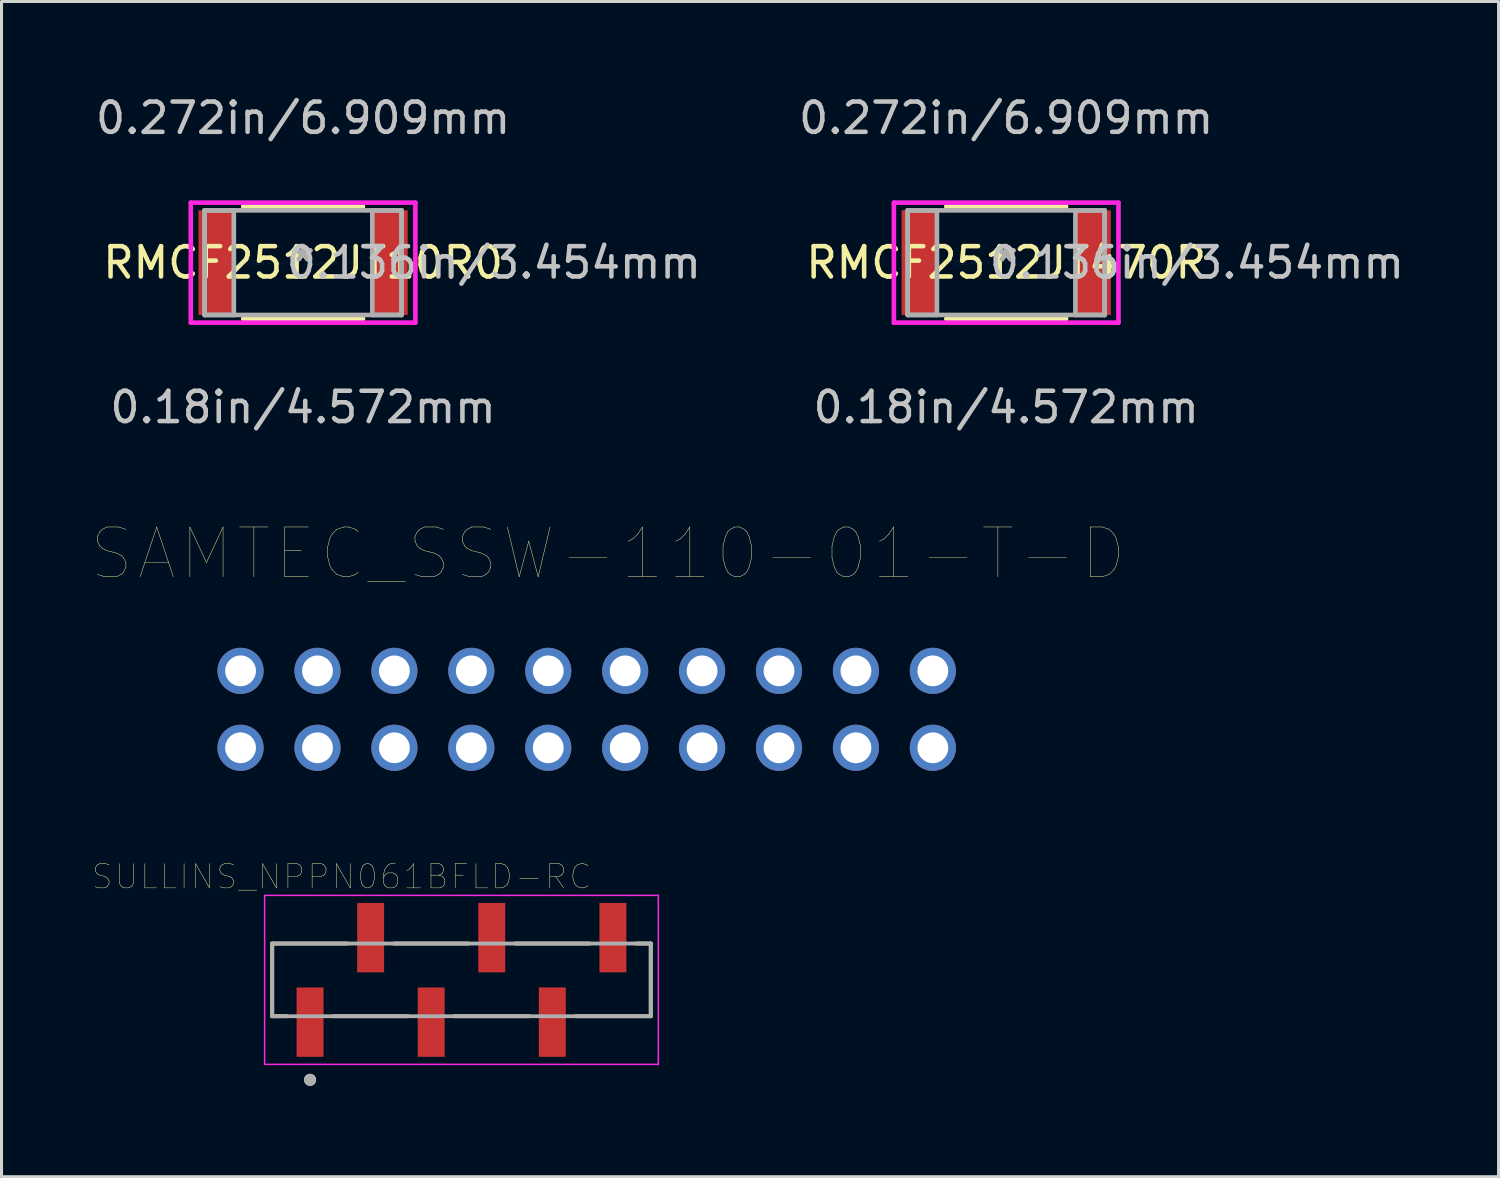
<source format=kicad_pcb>
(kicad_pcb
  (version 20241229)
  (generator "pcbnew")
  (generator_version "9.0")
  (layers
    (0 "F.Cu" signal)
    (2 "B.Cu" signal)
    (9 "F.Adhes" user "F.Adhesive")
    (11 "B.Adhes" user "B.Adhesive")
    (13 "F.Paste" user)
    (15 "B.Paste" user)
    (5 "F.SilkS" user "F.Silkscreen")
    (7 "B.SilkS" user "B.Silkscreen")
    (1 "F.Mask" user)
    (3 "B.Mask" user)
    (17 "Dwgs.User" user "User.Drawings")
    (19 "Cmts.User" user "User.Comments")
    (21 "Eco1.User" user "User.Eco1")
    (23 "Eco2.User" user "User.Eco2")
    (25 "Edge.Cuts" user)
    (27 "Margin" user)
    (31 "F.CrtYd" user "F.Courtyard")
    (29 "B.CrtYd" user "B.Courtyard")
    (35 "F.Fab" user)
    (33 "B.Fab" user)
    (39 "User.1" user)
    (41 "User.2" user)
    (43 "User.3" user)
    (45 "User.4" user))
  (footprint "SAMTEC_SSW-110-01-T-D"
    (layer "F.Cu")
    (at 4.893 19.102)
    (property "Reference" "SAMTEC_SSW-110-01-T-D" (at 12.136 -3.867 0) (layer "F.SilkS") (effects (font (size 1.643 1.643) (thickness 0.015))))
    (attr through_hole)
    (pad "1" thru_hole circle (at 22.86 2.54) (size 1.524 1.524) (drill 1.016) (layers "*.Cu" "*.Mask"))
    (pad "2" thru_hole circle (at 22.86 0) (size 1.524 1.524) (drill 1.016) (layers "*.Cu" "*.Mask"))
    (pad "3" thru_hole circle (at 20.32 2.54) (size 1.524 1.524) (drill 1.016) (layers "*.Cu" "*.Mask"))
    (pad "4" thru_hole circle (at 20.32 0) (size 1.524 1.524) (drill 1.016) (layers "*.Cu" "*.Mask"))
    (pad "5" thru_hole circle (at 17.78 2.54) (size 1.524 1.524) (drill 1.016) (layers "*.Cu" "*.Mask"))
    (pad "6" thru_hole circle (at 17.78 0) (size 1.524 1.524) (drill 1.016) (layers "*.Cu" "*.Mask"))
    (pad "7" thru_hole circle (at 15.24 2.54) (size 1.524 1.524) (drill 1.016) (layers "*.Cu" "*.Mask"))
    (pad "8" thru_hole circle (at 15.24 0) (size 1.524 1.524) (drill 1.016) (layers "*.Cu" "*.Mask"))
    (pad "9" thru_hole circle (at 12.7 2.54) (size 1.524 1.524) (drill 1.016) (layers "*.Cu" "*.Mask"))
    (pad "10" thru_hole circle (at 12.7 0) (size 1.524 1.524) (drill 1.016) (layers "*.Cu" "*.Mask"))
    (pad "11" thru_hole circle (at 10.16 2.54) (size 1.524 1.524) (drill 1.016) (layers "*.Cu" "*.Mask"))
    (pad "12" thru_hole circle (at 10.16 0) (size 1.524 1.524) (drill 1.016) (layers "*.Cu" "*.Mask"))
    (pad "13" thru_hole circle (at 7.62 2.54) (size 1.524 1.524) (drill 1.016) (layers "*.Cu" "*.Mask"))
    (pad "14" thru_hole circle (at 7.62 0) (size 1.524 1.524) (drill 1.016) (layers "*.Cu" "*.Mask"))
    (pad "15" thru_hole circle (at 5.08 2.54) (size 1.524 1.524) (drill 1.016) (layers "*.Cu" "*.Mask"))
    (pad "16" thru_hole circle (at 5.08 0) (size 1.524 1.524) (drill 1.016) (layers "*.Cu" "*.Mask"))
    (pad "17" thru_hole circle (at 2.54 2.54) (size 1.524 1.524) (drill 1.016) (layers "*.Cu" "*.Mask"))
    (pad "18" thru_hole circle (at 2.54 0) (size 1.524 1.524) (drill 1.016) (layers "*.Cu" "*.Mask"))
    (pad "19" thru_hole circle (at 0 2.54) (size 1.524 1.524) (drill 1.016) (layers "*.Cu" "*.Mask"))
    (pad "20" thru_hole circle (at 0 0) (size 1.524 1.524) (drill 1.016) (layers "*.Cu" "*.Mask")))
  (footprint "SULLINS_NPPN061BFLD-RC"
    (layer "F.Cu")
    (at 12.188 29.306)
    (property "Reference" "SULLINS_NPPN061BFLD-RC" (at -3.96 -3.408 0) (layer "F.SilkS") (effects (font (size 0.8 0.8) (thickness 0.015))))
    (attr through_hole)
    (fp_line (start -6.25 -1.2) (end -3.77 -1.2) (stroke (width 0.127) (type solid)) (layer "F.SilkS"))
    (fp_line (start -6.25 1.2) (end -6.25 -1.2) (stroke (width 0.127) (type solid)) (layer "F.SilkS"))
    (fp_line (start -5.77 1.2) (end -6.25 1.2) (stroke (width 0.127) (type solid)) (layer "F.SilkS"))
    (fp_line (start -4.23 1.2) (end -1.77 1.2) (stroke (width 0.127) (type solid)) (layer "F.SilkS"))
    (fp_line (start -2.23 -1.2) (end 0.23 -1.2) (stroke (width 0.127) (type solid)) (layer "F.SilkS"))
    (fp_line (start -0.23 1.2) (end 2.23 1.2) (stroke (width 0.127) (type solid)) (layer "F.SilkS"))
    (fp_line (start 1.77 -1.2) (end 4.23 -1.2) (stroke (width 0.127) (type solid)) (layer "F.SilkS"))
    (fp_line (start 5.77 -1.2) (end 6.25 -1.2) (stroke (width 0.127) (type solid)) (layer "F.SilkS"))
    (fp_line (start 6.25 -1.2) (end 6.25 1.2) (stroke (width 0.127) (type solid)) (layer "F.SilkS"))
    (fp_line (start 6.25 1.2) (end 3.77 1.2) (stroke (width 0.127) (type solid)) (layer "F.SilkS"))
    (fp_circle (center -5 3.3) (end -4.9 3.3) (stroke (width 0.2) (type solid)) (fill no) (layer "F.SilkS"))
    (fp_line (start -6.5 -2.79) (end 6.5 -2.79) (stroke (width 0.05) (type solid)) (layer "F.CrtYd"))
    (fp_line (start -6.5 2.79) (end -6.5 -2.79) (stroke (width 0.05) (type solid)) (layer "F.CrtYd"))
    (fp_line (start 6.5 -2.79) (end 6.5 2.79) (stroke (width 0.05) (type solid)) (layer "F.CrtYd"))
    (fp_line (start 6.5 2.79) (end -6.5 2.79) (stroke (width 0.05) (type solid)) (layer "F.CrtYd"))
    (fp_line (start -6.25 -1.2) (end 6.25 -1.2) (stroke (width 0.127) (type solid)) (layer "F.Fab"))
    (fp_line (start -6.25 1.2) (end -6.25 -1.2) (stroke (width 0.127) (type solid)) (layer "F.Fab"))
    (fp_line (start 6.25 -1.2) (end 6.25 1.2) (stroke (width 0.127) (type solid)) (layer "F.Fab"))
    (fp_line (start 6.25 1.2) (end -6.25 1.2) (stroke (width 0.127) (type solid)) (layer "F.Fab"))
    (fp_circle (center -5 3.3) (end -4.9 3.3) (stroke (width 0.2) (type solid)) (fill no) (layer "F.Fab"))
    (pad "1" smd rect (at -5 1.395) (size 0.89 2.29) (layers "F.Cu" "F.Mask" "F.Paste"))
    (pad "2" smd rect (at -3 -1.395) (size 0.89 2.29) (layers "F.Cu" "F.Mask" "F.Paste"))
    (pad "3" smd rect (at -1 1.395) (size 0.89 2.29) (layers "F.Cu" "F.Mask" "F.Paste"))
    (pad "4" smd rect (at 1 -1.395) (size 0.89 2.29) (layers "F.Cu" "F.Mask" "F.Paste"))
    (pad "5" smd rect (at 3 1.395) (size 0.89 2.29) (layers "F.Cu" "F.Mask" "F.Paste"))
    (pad "6" smd rect (at 5 -1.395) (size 0.89 2.29) (layers "F.Cu" "F.Mask" "F.Paste")))
  (footprint "RMCF2512JT10R0"
    (layer "F.Cu")
    (at 6.958 5.623)
    (property "Reference" "RMCF2512JT10R0" (at 0 0 0) (layer "F.SilkS") (effects (font (size 1 1) (thickness 0.15))))
    (attr through_hole)
    (fp_line (start -1.978 1.854) (end 1.978 1.854) (stroke (width 0.152) (type solid)) (layer "F.SilkS"))
    (fp_line (start 1.978 -1.854) (end -1.978 -1.854) (stroke (width 0.152) (type solid)) (layer "F.SilkS"))
    (fp_line (start -3.708 -1.981) (end 3.708 -1.981) (stroke (width 0.152) (type solid)) (layer "F.CrtYd"))
    (fp_line (start -3.708 1.981) (end -3.708 -1.981) (stroke (width 0.152) (type solid)) (layer "F.CrtYd"))
    (fp_line (start 3.708 -1.981) (end 3.708 1.981) (stroke (width 0.152) (type solid)) (layer "F.CrtYd"))
    (fp_line (start 3.708 1.981) (end -3.708 1.981) (stroke (width 0.152) (type solid)) (layer "F.CrtYd"))
    (fp_line (start -3.251 -1.727) (end -3.251 1.727) (stroke (width 0.152) (type solid)) (layer "F.Fab"))
    (fp_line (start -3.251 -1.727) (end -3.251 1.727) (stroke (width 0.152) (type solid)) (layer "F.Fab"))
    (fp_line (start -3.251 1.727) (end -2.286 1.727) (stroke (width 0.152) (type solid)) (layer "F.Fab"))
    (fp_line (start -3.251 1.727) (end 3.251 1.727) (stroke (width 0.152) (type solid)) (layer "F.Fab"))
    (fp_line (start -2.286 -1.727) (end -3.251 -1.727) (stroke (width 0.152) (type solid)) (layer "F.Fab"))
    (fp_line (start -2.286 1.727) (end -2.286 -1.727) (stroke (width 0.152) (type solid)) (layer "F.Fab"))
    (fp_line (start 2.286 -1.727) (end 2.286 1.727) (stroke (width 0.152) (type solid)) (layer "F.Fab"))
    (fp_line (start 2.286 1.727) (end 3.251 1.727) (stroke (width 0.152) (type solid)) (layer "F.Fab"))
    (fp_line (start 3.251 -1.727) (end -3.251 -1.727) (stroke (width 0.152) (type solid)) (layer "F.Fab"))
    (fp_line (start 3.251 -1.727) (end 2.286 -1.727) (stroke (width 0.152) (type solid)) (layer "F.Fab"))
    (fp_line (start 3.251 1.727) (end 3.251 -1.727) (stroke (width 0.152) (type solid)) (layer "F.Fab"))
    (fp_line (start 3.251 1.727) (end 3.251 -1.727) (stroke (width 0.152) (type solid)) (layer "F.Fab"))
    (fp_text user "*" (at 0 0 0) (layer "F.SilkS") (effects (font (size 1 1) (thickness 0.15))))
    (fp_text user "0.18in/4.572mm" (at 0 4.775 0) (layer "Dwgs.User") (effects (font (size 1 1) (thickness 0.15))))
    (fp_text user "0.136in/3.454mm" (at 6.299 0 0) (layer "Dwgs.User") (effects (font (size 1 1) (thickness 0.15))))
    (fp_text user "0.272in/6.909mm" (at 0 -4.775 0) (layer "Dwgs.User") (effects (font (size 1 1) (thickness 0.15))))
    (fp_text user "Copyright 2016 Accelerated Designs. All rights reserved." (at 0 0 0) (layer "Cmts.User") (effects (font (size 0.127 0.127) (thickness 0.002))))
    (fp_text user "*" (at 0 0 0) (layer "F.Fab") (effects (font (size 1 1) (thickness 0.15))))
    (pad "1" smd rect (at -2.87 0) (size 1.168 3.454) (layers "F.Cu" "F.Mask" "F.Paste"))
    (pad "2" smd rect (at 2.87 0) (size 1.168 3.454) (layers "F.Cu" "F.Mask" "F.Paste")))
  (footprint "RMCF2512JT470R"
    (layer "F.Cu")
    (at 30.174 5.623)
    (property "Reference" "RMCF2512JT470R" (at 0 0 0) (layer "F.SilkS") (effects (font (size 1 1) (thickness 0.15))))
    (attr through_hole)
    (fp_line (start -1.978 1.854) (end 1.978 1.854) (stroke (width 0.152) (type solid)) (layer "F.SilkS"))
    (fp_line (start 1.978 -1.854) (end -1.978 -1.854) (stroke (width 0.152) (type solid)) (layer "F.SilkS"))
    (fp_line (start -3.708 -1.981) (end 3.708 -1.981) (stroke (width 0.152) (type solid)) (layer "F.CrtYd"))
    (fp_line (start -3.708 1.981) (end -3.708 -1.981) (stroke (width 0.152) (type solid)) (layer "F.CrtYd"))
    (fp_line (start 3.708 -1.981) (end 3.708 1.981) (stroke (width 0.152) (type solid)) (layer "F.CrtYd"))
    (fp_line (start 3.708 1.981) (end -3.708 1.981) (stroke (width 0.152) (type solid)) (layer "F.CrtYd"))
    (fp_line (start -3.251 -1.727) (end -3.251 1.727) (stroke (width 0.152) (type solid)) (layer "F.Fab"))
    (fp_line (start -3.251 -1.727) (end -3.251 1.727) (stroke (width 0.152) (type solid)) (layer "F.Fab"))
    (fp_line (start -3.251 1.727) (end -2.286 1.727) (stroke (width 0.152) (type solid)) (layer "F.Fab"))
    (fp_line (start -3.251 1.727) (end 3.251 1.727) (stroke (width 0.152) (type solid)) (layer "F.Fab"))
    (fp_line (start -2.286 -1.727) (end -3.251 -1.727) (stroke (width 0.152) (type solid)) (layer "F.Fab"))
    (fp_line (start -2.286 1.727) (end -2.286 -1.727) (stroke (width 0.152) (type solid)) (layer "F.Fab"))
    (fp_line (start 2.286 -1.727) (end 2.286 1.727) (stroke (width 0.152) (type solid)) (layer "F.Fab"))
    (fp_line (start 2.286 1.727) (end 3.251 1.727) (stroke (width 0.152) (type solid)) (layer "F.Fab"))
    (fp_line (start 3.251 -1.727) (end -3.251 -1.727) (stroke (width 0.152) (type solid)) (layer "F.Fab"))
    (fp_line (start 3.251 -1.727) (end 2.286 -1.727) (stroke (width 0.152) (type solid)) (layer "F.Fab"))
    (fp_line (start 3.251 1.727) (end 3.251 -1.727) (stroke (width 0.152) (type solid)) (layer "F.Fab"))
    (fp_line (start 3.251 1.727) (end 3.251 -1.727) (stroke (width 0.152) (type solid)) (layer "F.Fab"))
    (fp_text user "*" (at 0 0 0) (layer "F.SilkS") (effects (font (size 1 1) (thickness 0.15))))
    (fp_text user "0.18in/4.572mm" (at 0 4.775 0) (layer "Dwgs.User") (effects (font (size 1 1) (thickness 0.15))))
    (fp_text user "0.136in/3.454mm" (at 6.299 0 0) (layer "Dwgs.User") (effects (font (size 1 1) (thickness 0.15))))
    (fp_text user "0.272in/6.909mm" (at 0 -4.775 0) (layer "Dwgs.User") (effects (font (size 1 1) (thickness 0.15))))
    (fp_text user "Copyright 2016 Accelerated Designs. All rights reserved." (at 0 0 0) (layer "Cmts.User") (effects (font (size 0.127 0.127) (thickness 0.002))))
    (fp_text user "*" (at 0 0 0) (layer "F.Fab") (effects (font (size 1 1) (thickness 0.15))))
    (pad "1" smd rect (at -2.87 0) (size 1.168 3.454) (layers "F.Cu" "F.Mask" "F.Paste"))
    (pad "2" smd rect (at 2.87 0) (size 1.168 3.454) (layers "F.Cu" "F.Mask" "F.Paste")))
  (gr_rect
    (start -3 -3)
    (end 46.432 35.806)
    (stroke (width 0.1) (type default))
    (fill no)
    (layer "Edge.Cuts")))
</source>
